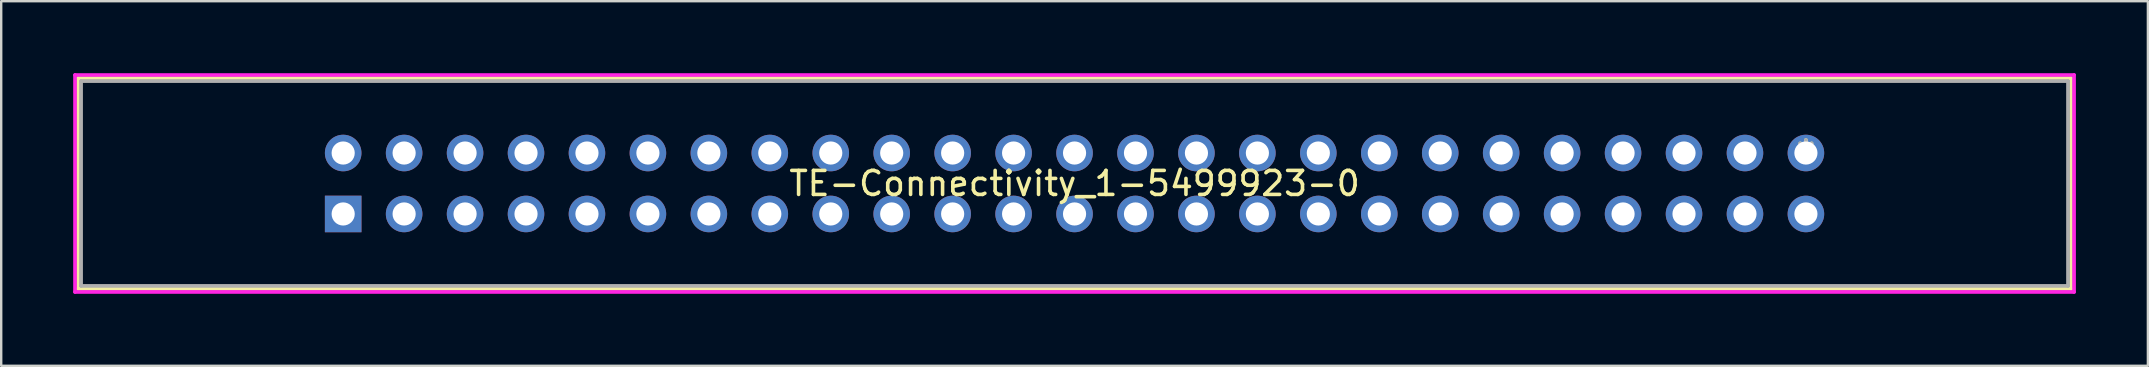
<source format=kicad_pcb>
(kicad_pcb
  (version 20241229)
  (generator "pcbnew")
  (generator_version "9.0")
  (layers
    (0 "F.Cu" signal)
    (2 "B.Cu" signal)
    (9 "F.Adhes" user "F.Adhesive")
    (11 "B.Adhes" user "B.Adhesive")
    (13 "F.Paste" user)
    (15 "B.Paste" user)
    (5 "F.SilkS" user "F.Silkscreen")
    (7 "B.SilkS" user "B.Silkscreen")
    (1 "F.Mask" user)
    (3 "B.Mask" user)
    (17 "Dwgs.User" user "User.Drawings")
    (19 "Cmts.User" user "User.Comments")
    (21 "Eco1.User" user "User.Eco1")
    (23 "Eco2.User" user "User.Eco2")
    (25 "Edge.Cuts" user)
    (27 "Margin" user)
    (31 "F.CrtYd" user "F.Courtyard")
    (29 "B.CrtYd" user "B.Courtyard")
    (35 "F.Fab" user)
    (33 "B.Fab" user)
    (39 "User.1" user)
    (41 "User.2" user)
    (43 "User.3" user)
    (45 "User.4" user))
  (footprint "TE-Connectivity_1-5499923-0"
    (layer "F.Cu")
    (at 72.212 3.327)
    (property "Reference" "TE-Connectivity_1-5499923-0" (at -30.48 1.27 0) (layer "F.SilkS") (effects (font (size 1 1) (thickness 0.15))))
    (attr through_hole)
    (fp_line (start -72.009 -3.124) (end -72.009 5.664) (stroke (width 0.152) (type solid)) (layer "F.SilkS"))
    (fp_line (start -72.009 5.664) (end 11.049 5.664) (stroke (width 0.152) (type solid)) (layer "F.SilkS"))
    (fp_line (start 11.049 -3.124) (end -72.009 -3.124) (stroke (width 0.152) (type solid)) (layer "F.SilkS"))
    (fp_line (start 11.049 5.664) (end 11.049 -3.124) (stroke (width 0.152) (type solid)) (layer "F.SilkS"))
    (fp_line (start -72.136 -3.251) (end -72.136 5.791) (stroke (width 0.152) (type solid)) (layer "F.CrtYd"))
    (fp_line (start -72.136 5.791) (end 11.176 5.791) (stroke (width 0.152) (type solid)) (layer "F.CrtYd"))
    (fp_line (start 11.176 -3.251) (end -72.136 -3.251) (stroke (width 0.152) (type solid)) (layer "F.CrtYd"))
    (fp_line (start 11.176 5.791) (end 11.176 -3.251) (stroke (width 0.152) (type solid)) (layer "F.CrtYd"))
    (fp_line (start -71.882 -2.997) (end -71.882 5.537) (stroke (width 0.152) (type solid)) (layer "F.Fab"))
    (fp_line (start -71.882 5.537) (end 10.922 5.537) (stroke (width 0.152) (type solid)) (layer "F.Fab"))
    (fp_line (start 10.922 -2.997) (end -71.882 -2.997) (stroke (width 0.152) (type solid)) (layer "F.Fab"))
    (fp_line (start 10.922 5.537) (end 10.922 -2.997) (stroke (width 0.152) (type solid)) (layer "F.Fab"))
    (fp_text user "*" (at 0 0 0) (layer "F.SilkS") (effects (font (size 1 1) (thickness 0.15))))
    (fp_text user "*" (at 0 0 0) (layer "F.Fab") (effects (font (size 1 1) (thickness 0.15))))
    (pad "1" thru_hole rect (at -60.96 2.54) (size 1.524 1.524) (drill 0.965) (layers "*.Cu" "*.Mask"))
    (pad "2" thru_hole circle (at -60.96 0) (size 1.524 1.524) (drill 0.965) (layers "*.Cu" "*.Mask"))
    (pad "3" thru_hole circle (at -58.42 2.54) (size 1.524 1.524) (drill 0.965) (layers "*.Cu" "*.Mask"))
    (pad "4" thru_hole circle (at -58.42 0) (size 1.524 1.524) (drill 0.965) (layers "*.Cu" "*.Mask"))
    (pad "5" thru_hole circle (at -55.88 2.54) (size 1.524 1.524) (drill 0.965) (layers "*.Cu" "*.Mask"))
    (pad "6" thru_hole circle (at -55.88 0) (size 1.524 1.524) (drill 0.965) (layers "*.Cu" "*.Mask"))
    (pad "7" thru_hole circle (at -53.34 2.54) (size 1.524 1.524) (drill 0.965) (layers "*.Cu" "*.Mask"))
    (pad "8" thru_hole circle (at -53.34 0) (size 1.524 1.524) (drill 0.965) (layers "*.Cu" "*.Mask"))
    (pad "9" thru_hole circle (at -50.8 2.54) (size 1.524 1.524) (drill 0.965) (layers "*.Cu" "*.Mask"))
    (pad "10" thru_hole circle (at -50.8 0) (size 1.524 1.524) (drill 0.965) (layers "*.Cu" "*.Mask"))
    (pad "11" thru_hole circle (at -48.26 2.54) (size 1.524 1.524) (drill 0.965) (layers "*.Cu" "*.Mask"))
    (pad "12" thru_hole circle (at -48.26 0) (size 1.524 1.524) (drill 0.965) (layers "*.Cu" "*.Mask"))
    (pad "13" thru_hole circle (at -45.72 2.54) (size 1.524 1.524) (drill 0.965) (layers "*.Cu" "*.Mask"))
    (pad "14" thru_hole circle (at -45.72 0) (size 1.524 1.524) (drill 0.965) (layers "*.Cu" "*.Mask"))
    (pad "15" thru_hole circle (at -43.18 2.54) (size 1.524 1.524) (drill 0.965) (layers "*.Cu" "*.Mask"))
    (pad "16" thru_hole circle (at -43.18 0) (size 1.524 1.524) (drill 0.965) (layers "*.Cu" "*.Mask"))
    (pad "17" thru_hole circle (at -40.64 2.54) (size 1.524 1.524) (drill 0.965) (layers "*.Cu" "*.Mask"))
    (pad "18" thru_hole circle (at -40.64 0) (size 1.524 1.524) (drill 0.965) (layers "*.Cu" "*.Mask"))
    (pad "19" thru_hole circle (at -38.1 2.54) (size 1.524 1.524) (drill 0.965) (layers "*.Cu" "*.Mask"))
    (pad "20" thru_hole circle (at -38.1 0) (size 1.524 1.524) (drill 0.965) (layers "*.Cu" "*.Mask"))
    (pad "21" thru_hole circle (at -35.56 2.54) (size 1.524 1.524) (drill 0.965) (layers "*.Cu" "*.Mask"))
    (pad "22" thru_hole circle (at -35.56 0) (size 1.524 1.524) (drill 0.965) (layers "*.Cu" "*.Mask"))
    (pad "23" thru_hole circle (at -33.02 2.54) (size 1.524 1.524) (drill 0.965) (layers "*.Cu" "*.Mask"))
    (pad "24" thru_hole circle (at -33.02 0) (size 1.524 1.524) (drill 0.965) (layers "*.Cu" "*.Mask"))
    (pad "25" thru_hole circle (at -30.48 2.54) (size 1.524 1.524) (drill 0.965) (layers "*.Cu" "*.Mask"))
    (pad "26" thru_hole circle (at -30.48 0) (size 1.524 1.524) (drill 0.965) (layers "*.Cu" "*.Mask"))
    (pad "27" thru_hole circle (at -27.94 2.54) (size 1.524 1.524) (drill 0.965) (layers "*.Cu" "*.Mask"))
    (pad "28" thru_hole circle (at -27.94 0) (size 1.524 1.524) (drill 0.965) (layers "*.Cu" "*.Mask"))
    (pad "29" thru_hole circle (at -25.4 2.54) (size 1.524 1.524) (drill 0.965) (layers "*.Cu" "*.Mask"))
    (pad "30" thru_hole circle (at -25.4 0) (size 1.524 1.524) (drill 0.965) (layers "*.Cu" "*.Mask"))
    (pad "31" thru_hole circle (at -22.86 2.54) (size 1.524 1.524) (drill 0.965) (layers "*.Cu" "*.Mask"))
    (pad "32" thru_hole circle (at -22.86 0) (size 1.524 1.524) (drill 0.965) (layers "*.Cu" "*.Mask"))
    (pad "33" thru_hole circle (at -20.32 2.54) (size 1.524 1.524) (drill 0.965) (layers "*.Cu" "*.Mask"))
    (pad "34" thru_hole circle (at -20.32 0) (size 1.524 1.524) (drill 0.965) (layers "*.Cu" "*.Mask"))
    (pad "35" thru_hole circle (at -17.78 2.54) (size 1.524 1.524) (drill 0.965) (layers "*.Cu" "*.Mask"))
    (pad "36" thru_hole circle (at -17.78 0) (size 1.524 1.524) (drill 0.965) (layers "*.Cu" "*.Mask"))
    (pad "37" thru_hole circle (at -15.24 2.54) (size 1.524 1.524) (drill 0.965) (layers "*.Cu" "*.Mask"))
    (pad "38" thru_hole circle (at -15.24 0) (size 1.524 1.524) (drill 0.965) (layers "*.Cu" "*.Mask"))
    (pad "39" thru_hole circle (at -12.7 2.54) (size 1.524 1.524) (drill 0.965) (layers "*.Cu" "*.Mask"))
    (pad "40" thru_hole circle (at -12.7 0) (size 1.524 1.524) (drill 0.965) (layers "*.Cu" "*.Mask"))
    (pad "41" thru_hole circle (at -10.16 2.54) (size 1.524 1.524) (drill 0.965) (layers "*.Cu" "*.Mask"))
    (pad "42" thru_hole circle (at -10.16 0) (size 1.524 1.524) (drill 0.965) (layers "*.Cu" "*.Mask"))
    (pad "43" thru_hole circle (at -7.62 2.54) (size 1.524 1.524) (drill 0.965) (layers "*.Cu" "*.Mask"))
    (pad "44" thru_hole circle (at -7.62 0) (size 1.524 1.524) (drill 0.965) (layers "*.Cu" "*.Mask"))
    (pad "45" thru_hole circle (at -5.08 2.54) (size 1.524 1.524) (drill 0.965) (layers "*.Cu" "*.Mask"))
    (pad "46" thru_hole circle (at -5.08 0) (size 1.524 1.524) (drill 0.965) (layers "*.Cu" "*.Mask"))
    (pad "47" thru_hole circle (at -2.54 2.54) (size 1.524 1.524) (drill 0.965) (layers "*.Cu" "*.Mask"))
    (pad "48" thru_hole circle (at -2.54 0) (size 1.524 1.524) (drill 0.965) (layers "*.Cu" "*.Mask"))
    (pad "49" thru_hole circle (at 0 2.54) (size 1.524 1.524) (drill 0.965) (layers "*.Cu" "*.Mask"))
    (pad "50" thru_hole circle (at 0 0) (size 1.524 1.524) (drill 0.965) (layers "*.Cu" "*.Mask")))
  (gr_rect
    (start -3 -3)
    (end 86.464 12.195)
    (stroke (width 0.1) (type default))
    (fill no)
    (layer "Edge.Cuts")))
</source>
